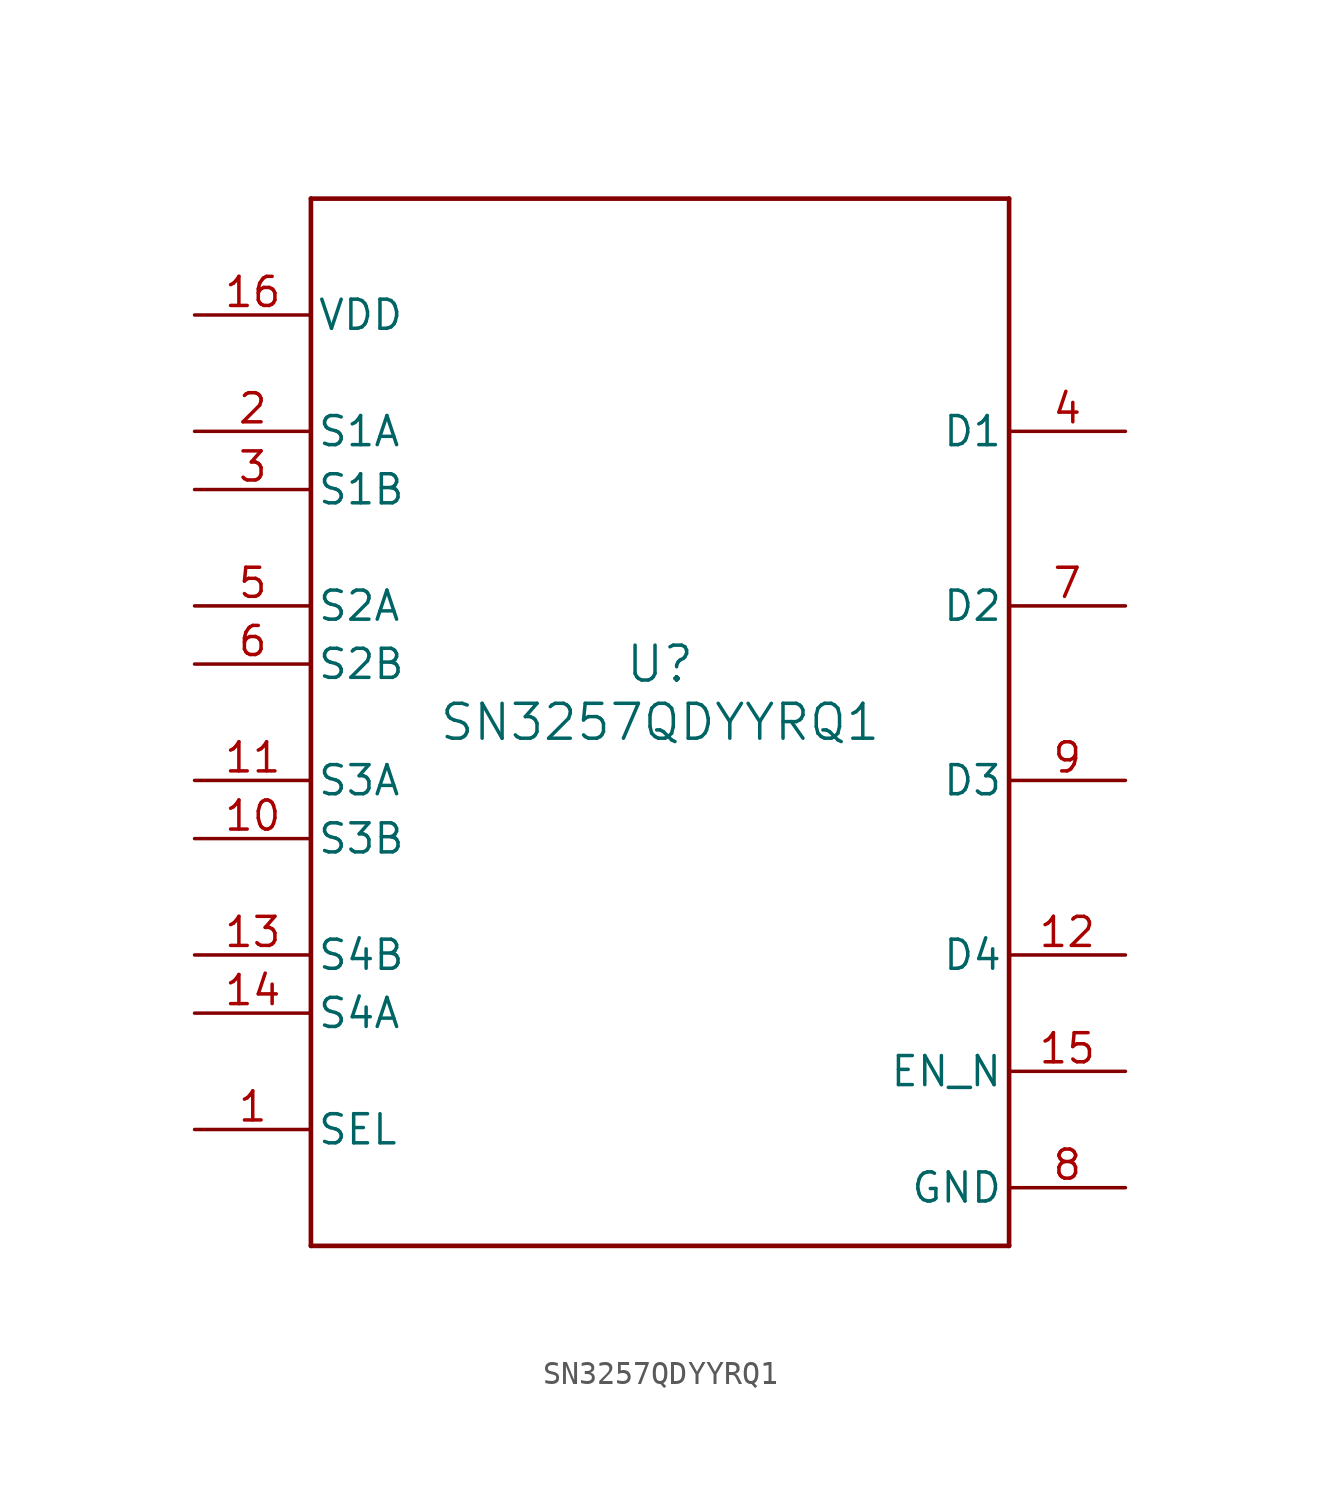
<source format=kicad_sym>
(kicad_symbol_lib
  (version 20211014)
  (generator kicad_symbol_editor)
  (symbol "SN3257QDYYRQ1"
    (pin_names
      (offset 0.254))
    (property "Reference" "U"
      (at 0 2.54 0)
      (effects (font (size 1.524 1.524))))
    (property "Value" "SN3257QDYYRQ1"
      (at 0 0 0)
      (effects (font (size 1.524 1.524))))
    (symbol "SN3257QDYYRQ1_0_1"
      (polyline (pts (xy -15.24 -22.86) (xy 15.24 -22.86)) (stroke (width 0.203) (type default) (color 0 0 0 0)) (fill (type none)))
      (polyline (pts (xy 15.24 -22.86) (xy 15.24 22.86)) (stroke (width 0.203) (type default) (color 0 0 0 0)) (fill (type none)))
      (polyline (pts (xy 15.24 22.86) (xy -15.24 22.86)) (stroke (width 0.203) (type default) (color 0 0 0 0)) (fill (type none)))
      (polyline (pts (xy -15.24 22.86) (xy -15.24 -22.86)) (stroke (width 0.203) (type default) (color 0 0 0 0)) (fill (type none)))
      (pin input line (at -20.32 -17.78 0) (length 5.08) (name "SEL" (effects (font (size 1.27 1.27)))) (number "1" (effects (font (size 1.27 1.27)))))
      (pin bidirectional line (at -20.32 12.7 0) (length 5.08) (name "S1A" (effects (font (size 1.27 1.27)))) (number "2" (effects (font (size 1.27 1.27)))))
      (pin bidirectional line (at -20.32 10.16 0) (length 5.08) (name "S1B" (effects (font (size 1.27 1.27)))) (number "3" (effects (font (size 1.27 1.27)))))
      (pin bidirectional line (at 20.32 12.7 180) (length 5.08) (name "D1" (effects (font (size 1.27 1.27)))) (number "4" (effects (font (size 1.27 1.27)))))
      (pin bidirectional line (at -20.32 5.08 0) (length 5.08) (name "S2A" (effects (font (size 1.27 1.27)))) (number "5" (effects (font (size 1.27 1.27)))))
      (pin bidirectional line (at -20.32 2.54 0) (length 5.08) (name "S2B" (effects (font (size 1.27 1.27)))) (number "6" (effects (font (size 1.27 1.27)))))
      (pin bidirectional line (at 20.32 5.08 180) (length 5.08) (name "D2" (effects (font (size 1.27 1.27)))) (number "7" (effects (font (size 1.27 1.27)))))
      (pin power_in line (at 20.32 -20.32 180) (length 5.08) (name "GND" (effects (font (size 1.27 1.27)))) (number "8" (effects (font (size 1.27 1.27)))))
      (pin bidirectional line (at 20.32 -2.54 180) (length 5.08) (name "D3" (effects (font (size 1.27 1.27)))) (number "9" (effects (font (size 1.27 1.27)))))
      (pin bidirectional line (at -20.32 -5.08 0) (length 5.08) (name "S3B" (effects (font (size 1.27 1.27)))) (number "10" (effects (font (size 1.27 1.27)))))
      (pin bidirectional line (at -20.32 -2.54 0) (length 5.08) (name "S3A" (effects (font (size 1.27 1.27)))) (number "11" (effects (font (size 1.27 1.27)))))
      (pin bidirectional line (at 20.32 -10.16 180) (length 5.08) (name "D4" (effects (font (size 1.27 1.27)))) (number "12" (effects (font (size 1.27 1.27)))))
      (pin bidirectional line (at -20.32 -10.16 0) (length 5.08) (name "S4B" (effects (font (size 1.27 1.27)))) (number "13" (effects (font (size 1.27 1.27)))))
      (pin bidirectional line (at -20.32 -12.7 0) (length 5.08) (name "S4A" (effects (font (size 1.27 1.27)))) (number "14" (effects (font (size 1.27 1.27)))))
      (pin input line (at 20.32 -15.24 180) (length 5.08) (name "EN_N" (effects (font (size 1.27 1.27)))) (number "15" (effects (font (size 1.27 1.27)))))
      (pin power_in line (at -20.32 17.78 0) (length 5.08) (name "VDD" (effects (font (size 1.27 1.27)))) (number "16" (effects (font (size 1.27 1.27))))))))
</source>
